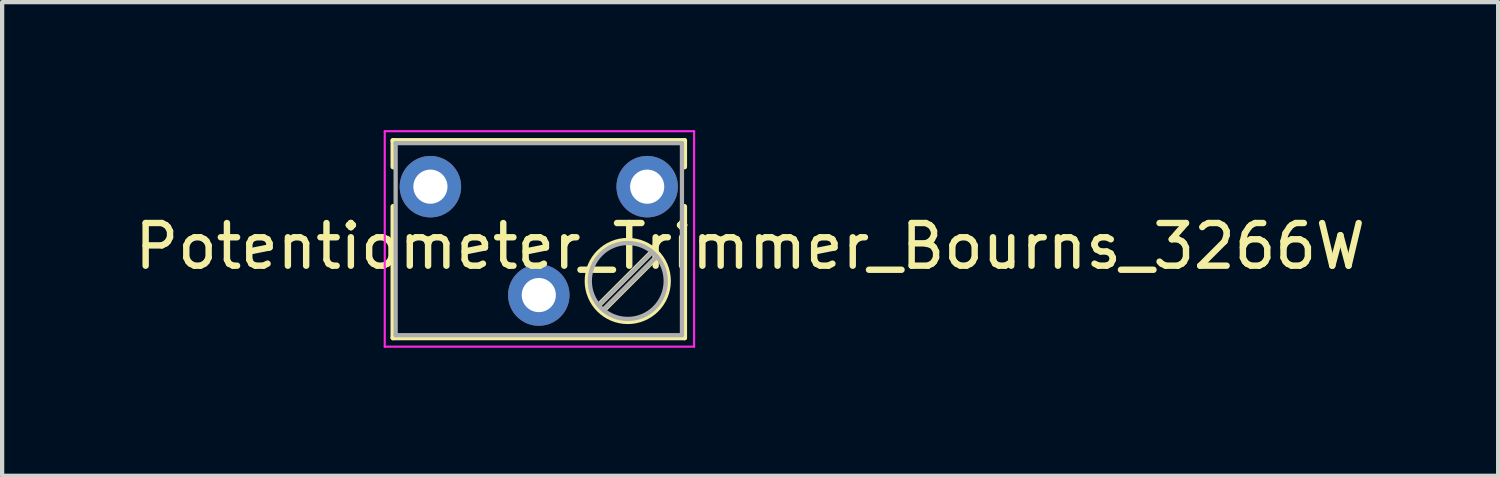
<source format=kicad_pcb>
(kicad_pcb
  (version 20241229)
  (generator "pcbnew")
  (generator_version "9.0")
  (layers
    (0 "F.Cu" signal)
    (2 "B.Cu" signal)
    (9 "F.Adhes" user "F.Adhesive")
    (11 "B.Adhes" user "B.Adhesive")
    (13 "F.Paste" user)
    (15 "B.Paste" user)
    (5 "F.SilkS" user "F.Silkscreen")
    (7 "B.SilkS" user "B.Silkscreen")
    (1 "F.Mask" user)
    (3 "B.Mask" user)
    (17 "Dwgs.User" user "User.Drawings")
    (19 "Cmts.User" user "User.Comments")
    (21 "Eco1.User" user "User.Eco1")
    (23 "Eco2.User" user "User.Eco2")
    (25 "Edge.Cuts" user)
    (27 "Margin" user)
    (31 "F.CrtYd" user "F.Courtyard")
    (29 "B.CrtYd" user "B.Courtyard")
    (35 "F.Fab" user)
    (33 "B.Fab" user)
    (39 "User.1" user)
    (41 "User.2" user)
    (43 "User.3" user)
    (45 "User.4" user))
  (footprint "Potentiometer_Trimmer_Bourns_3266W"
    (layer "F.Cu")
    (at 12.117 1.325)
    (property "Reference" "Potentiometer_Trimmer_Bourns_3266W" (at 2.413 1.397 0) (layer "F.SilkS") (effects (font (size 1 1) (thickness 0.15))))
    (attr through_hole)
    (fp_line (start -5.955 -1.08) (end -5.955 -0.465) (stroke (width 0.12) (type solid)) (layer "F.SilkS"))
    (fp_line (start -5.955 -1.08) (end 0.875 -1.08) (stroke (width 0.12) (type solid)) (layer "F.SilkS"))
    (fp_line (start -5.955 0.465) (end -5.955 3.54) (stroke (width 0.12) (type solid)) (layer "F.SilkS"))
    (fp_line (start -5.955 3.54) (end 0.875 3.54) (stroke (width 0.12) (type solid)) (layer "F.SilkS"))
    (fp_line (start 0.15 1.49) (end -1.175 2.815) (stroke (width 0.12) (type solid)) (layer "F.SilkS"))
    (fp_line (start 0.266 1.606) (end -1.059 2.931) (stroke (width 0.12) (type solid)) (layer "F.SilkS"))
    (fp_line (start 0.875 -1.08) (end 0.875 -0.465) (stroke (width 0.12) (type solid)) (layer "F.SilkS"))
    (fp_line (start 0.875 0.465) (end 0.875 3.54) (stroke (width 0.12) (type solid)) (layer "F.SilkS"))
    (fp_circle (center -0.455 2.21) (end 0.495 2.21) (stroke (width 0.12) (type solid)) (fill no) (layer "F.SilkS"))
    (fp_line (start -6.15 -1.3) (end -6.15 3.75) (stroke (width 0.05) (type solid)) (layer "F.CrtYd"))
    (fp_line (start -6.15 3.75) (end 1.1 3.75) (stroke (width 0.05) (type solid)) (layer "F.CrtYd"))
    (fp_line (start 1.1 -1.3) (end -6.15 -1.3) (stroke (width 0.05) (type solid)) (layer "F.CrtYd"))
    (fp_line (start 1.1 3.75) (end 1.1 -1.3) (stroke (width 0.05) (type solid)) (layer "F.CrtYd"))
    (fp_line (start -5.895 -1.02) (end -5.895 3.48) (stroke (width 0.1) (type solid)) (layer "F.Fab"))
    (fp_line (start -5.895 3.48) (end 0.815 3.48) (stroke (width 0.1) (type solid)) (layer "F.Fab"))
    (fp_line (start 0.112 1.536) (end -1.13 2.777) (stroke (width 0.1) (type solid)) (layer "F.Fab"))
    (fp_line (start 0.22 1.644) (end -1.021 2.885) (stroke (width 0.1) (type solid)) (layer "F.Fab"))
    (fp_line (start 0.815 -1.02) (end -5.895 -1.02) (stroke (width 0.1) (type solid)) (layer "F.Fab"))
    (fp_line (start 0.815 3.48) (end 0.815 -1.02) (stroke (width 0.1) (type solid)) (layer "F.Fab"))
    (fp_circle (center -0.455 2.21) (end 0.435 2.21) (stroke (width 0.1) (type solid)) (fill no) (layer "F.Fab"))
    (pad "1" thru_hole circle (at 0 0) (size 1.44 1.44) (drill 0.8) (layers "*.Cu" "*.Mask"))
    (pad "2" thru_hole circle (at -2.54 2.54) (size 1.44 1.44) (drill 0.8) (layers "*.Cu" "*.Mask"))
    (pad "3" thru_hole circle (at -5.08 0) (size 1.44 1.44) (drill 0.8) (layers "*.Cu" "*.Mask")))
  (gr_rect
    (start -3 -3)
    (end 32.06 8.1)
    (stroke (width 0.1) (type default))
    (fill no)
    (layer "Edge.Cuts")))
</source>
